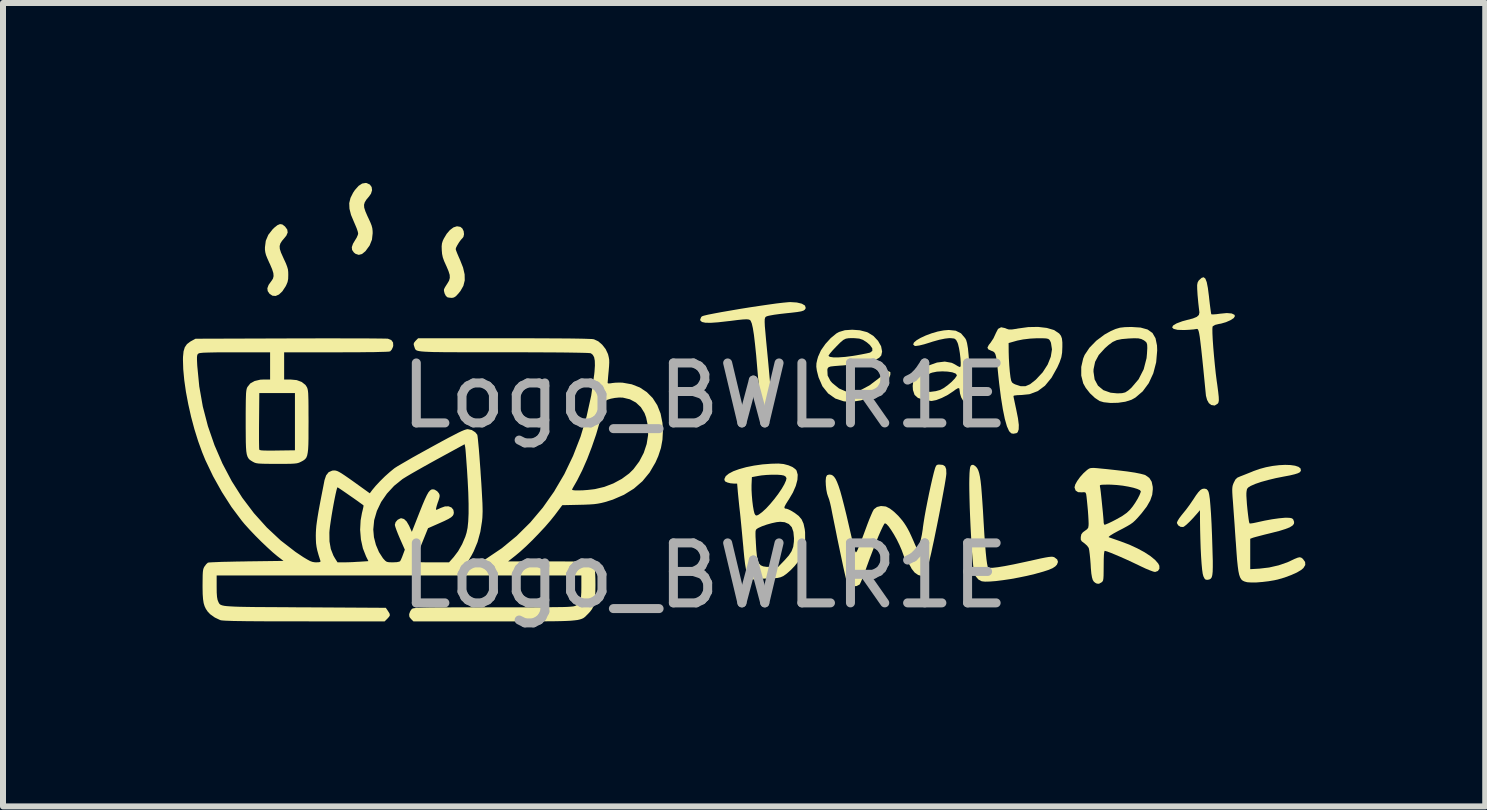
<source format=kicad_pcb>
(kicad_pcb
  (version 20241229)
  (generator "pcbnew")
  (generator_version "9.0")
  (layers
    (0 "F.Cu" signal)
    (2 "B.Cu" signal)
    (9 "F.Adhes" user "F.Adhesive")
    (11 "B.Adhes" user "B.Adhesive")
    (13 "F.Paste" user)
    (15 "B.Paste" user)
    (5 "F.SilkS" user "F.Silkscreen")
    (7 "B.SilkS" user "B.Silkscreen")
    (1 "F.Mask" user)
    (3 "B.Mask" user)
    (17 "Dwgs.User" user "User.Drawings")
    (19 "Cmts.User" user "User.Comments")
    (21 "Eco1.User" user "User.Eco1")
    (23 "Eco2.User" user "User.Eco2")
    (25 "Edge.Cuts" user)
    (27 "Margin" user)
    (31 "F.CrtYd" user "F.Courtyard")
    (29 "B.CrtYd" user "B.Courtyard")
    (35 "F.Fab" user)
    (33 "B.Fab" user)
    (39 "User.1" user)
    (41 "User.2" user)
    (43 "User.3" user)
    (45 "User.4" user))
  (footprint "Logo_BWLR1E"
    (layer "F.Cu")
    (at 8.7 4.046)
    (property "Reference" "Logo_BWLR1E" (at 0 -0.5 0) (unlocked yes) (layer "F.Fab") (effects (font (size 1 1) (thickness 0.15))))
    (attr smd)
    (fp_poly (pts (xy -5.637 -4.044) (xy -5.584 -4.019) (xy -5.554 -3.978) (xy -5.547 -3.925) (xy -5.565 -3.867) (xy -5.597 -3.821) (xy -5.641 -3.769) (xy -5.669 -3.724) (xy -5.681 -3.682) (xy -5.678 -3.634) (xy -5.659 -3.574) (xy -5.625 -3.495) (xy -5.611 -3.466) (xy -5.577 -3.392) (xy -5.555 -3.337) (xy -5.543 -3.291) (xy -5.538 -3.246) (xy -5.537 -3.208) (xy -5.549 -3.1) (xy -5.588 -3.003) (xy -5.656 -2.91) (xy -5.66 -2.906) (xy -5.715 -2.861) (xy -5.769 -2.847) (xy -5.822 -2.864) (xy -5.85 -2.886) (xy -5.88 -2.929) (xy -5.885 -2.976) (xy -5.865 -3.033) (xy -5.834 -3.085) (xy -5.804 -3.134) (xy -5.784 -3.18) (xy -5.779 -3.205) (xy -5.786 -3.237) (xy -5.803 -3.288) (xy -5.829 -3.35) (xy -5.848 -3.394) (xy -5.898 -3.513) (xy -5.924 -3.616) (xy -5.928 -3.709) (xy -5.907 -3.796) (xy -5.864 -3.882) (xy -5.834 -3.927) (xy -5.772 -3.997) (xy -5.713 -4.036) (xy -5.654 -4.046)) (stroke (width 0) (type solid)) (fill yes) (layer "F.SilkS"))
    (fp_poly (pts (xy -7.043 -3.354) (xy -7.002 -3.323) (xy -6.997 -3.318) (xy -6.961 -3.269) (xy -6.954 -3.22) (xy -6.976 -3.168) (xy -7.004 -3.133) (xy -7.048 -3.081) (xy -7.076 -3.037) (xy -7.088 -2.994) (xy -7.085 -2.946) (xy -7.066 -2.886) (xy -7.031 -2.808) (xy -7.018 -2.779) (xy -6.984 -2.706) (xy -6.963 -2.651) (xy -6.95 -2.606) (xy -6.945 -2.562) (xy -6.944 -2.512) (xy -6.946 -2.445) (xy -6.956 -2.394) (xy -6.977 -2.344) (xy -6.99 -2.319) (xy -7.043 -2.239) (xy -7.099 -2.186) (xy -7.154 -2.162) (xy -7.208 -2.166) (xy -7.257 -2.199) (xy -7.287 -2.243) (xy -7.293 -2.29) (xy -7.272 -2.346) (xy -7.225 -2.412) (xy -7.222 -2.415) (xy -7.199 -2.452) (xy -7.189 -2.493) (xy -7.193 -2.543) (xy -7.213 -2.607) (xy -7.249 -2.692) (xy -7.26 -2.714) (xy -7.293 -2.788) (xy -7.315 -2.843) (xy -7.327 -2.889) (xy -7.333 -2.933) (xy -7.333 -2.973) (xy -7.319 -3.082) (xy -7.277 -3.181) (xy -7.205 -3.273) (xy -7.18 -3.298) (xy -7.125 -3.342) (xy -7.082 -3.36)) (stroke (width 0) (type solid)) (fill yes) (layer "F.SilkS"))
    (fp_poly (pts (xy -4.075 -3.314) (xy -4.042 -3.287) (xy -4.02 -3.242) (xy -4.014 -3.191) (xy -4.024 -3.147) (xy -4.039 -3.127) (xy -4.065 -3.099) (xy -4.096 -3.057) (xy -4.125 -3.01) (xy -4.146 -2.969) (xy -4.153 -2.944) (xy -4.147 -2.922) (xy -4.13 -2.877) (xy -4.105 -2.818) (xy -4.081 -2.764) (xy -4.03 -2.635) (xy -4.004 -2.522) (xy -4.002 -2.422) (xy -4.025 -2.33) (xy -4.074 -2.244) (xy -4.109 -2.201) (xy -4.149 -2.158) (xy -4.182 -2.137) (xy -4.214 -2.13) (xy -4.221 -2.13) (xy -4.262 -2.134) (xy -4.29 -2.139) (xy -4.317 -2.163) (xy -4.338 -2.204) (xy -4.349 -2.248) (xy -4.348 -2.273) (xy -4.332 -2.306) (xy -4.305 -2.349) (xy -4.292 -2.369) (xy -4.264 -2.416) (xy -4.251 -2.462) (xy -4.253 -2.513) (xy -4.273 -2.577) (xy -4.308 -2.66) (xy -4.313 -2.67) (xy -4.347 -2.746) (xy -4.368 -2.806) (xy -4.38 -2.863) (xy -4.385 -2.923) (xy -4.387 -2.989) (xy -4.382 -3.037) (xy -4.368 -3.082) (xy -4.351 -3.118) (xy -4.303 -3.198) (xy -4.248 -3.262) (xy -4.19 -3.305) (xy -4.134 -3.323) (xy -4.128 -3.323)) (stroke (width 0) (type solid)) (fill yes) (layer "F.SilkS"))
    (fp_poly (pts (xy 8.363 1.057) (xy 8.387 1.082) (xy 8.399 1.107) (xy 8.409 1.15) (xy 8.42 1.225) (xy 8.429 1.331) (xy 8.439 1.467) (xy 8.448 1.632) (xy 8.456 1.826) (xy 8.463 2.046) (xy 8.465 2.121) (xy 8.469 2.254) (xy 8.469 2.357) (xy 8.467 2.435) (xy 8.461 2.491) (xy 8.451 2.528) (xy 8.435 2.551) (xy 8.413 2.564) (xy 8.385 2.57) (xy 8.385 2.57) (xy 8.353 2.569) (xy 8.332 2.551) (xy 8.312 2.511) (xy 8.301 2.47) (xy 8.291 2.399) (xy 8.282 2.302) (xy 8.274 2.184) (xy 8.267 2.048) (xy 8.262 1.899) (xy 8.258 1.74) (xy 8.256 1.611) (xy 8.255 1.41) (xy 8.212 1.46) (xy 8.145 1.536) (xy 8.083 1.601) (xy 8.029 1.652) (xy 7.989 1.683) (xy 7.974 1.69) (xy 7.931 1.687) (xy 7.893 1.663) (xy 7.872 1.627) (xy 7.871 1.617) (xy 7.882 1.589) (xy 7.909 1.545) (xy 7.949 1.492) (xy 7.966 1.471) (xy 8.023 1.401) (xy 8.083 1.32) (xy 8.133 1.246) (xy 8.136 1.243) (xy 8.188 1.163) (xy 8.229 1.108) (xy 8.262 1.074) (xy 8.291 1.056) (xy 8.322 1.05) (xy 8.327 1.05)) (stroke (width 0) (type solid)) (fill yes) (layer "F.SilkS"))
    (fp_poly (pts (xy 7.265 -1.635) (xy 7.381 -1.603) (xy 7.463 -1.545) (xy 7.514 -1.457) (xy 7.539 -1.336) (xy 7.542 -1.253) (xy 7.525 -1.056) (xy 7.477 -0.872) (xy 7.401 -0.708) (xy 7.3 -0.571) (xy 7.178 -0.467) (xy 7.113 -0.431) (xy 7.012 -0.399) (xy 6.89 -0.381) (xy 6.764 -0.378) (xy 6.651 -0.39) (xy 6.583 -0.41) (xy 6.505 -0.461) (xy 6.422 -0.539) (xy 6.351 -0.629) (xy 6.309 -0.704) (xy 6.276 -0.834) (xy 6.276 -0.899) (xy 6.48 -0.899) (xy 6.499 -0.77) (xy 6.555 -0.666) (xy 6.644 -0.592) (xy 6.765 -0.549) (xy 6.877 -0.538) (xy 6.955 -0.541) (xy 7.009 -0.554) (xy 7.059 -0.586) (xy 7.113 -0.633) (xy 7.232 -0.773) (xy 7.317 -0.94) (xy 7.365 -1.126) (xy 7.372 -1.203) (xy 7.377 -1.293) (xy 7.375 -1.349) (xy 7.365 -1.383) (xy 7.343 -1.406) (xy 7.319 -1.423) (xy 7.277 -1.444) (xy 7.228 -1.455) (xy 7.157 -1.457) (xy 7.067 -1.453) (xy 6.953 -1.443) (xy 6.869 -1.426) (xy 6.8 -1.395) (xy 6.731 -1.344) (xy 6.67 -1.29) (xy 6.568 -1.178) (xy 6.507 -1.064) (xy 6.481 -0.939) (xy 6.48 -0.899) (xy 6.276 -0.899) (xy 6.276 -0.979) (xy 6.308 -1.119) (xy 6.332 -1.178) (xy 6.413 -1.299) (xy 6.527 -1.416) (xy 6.663 -1.518) (xy 6.77 -1.578) (xy 6.85 -1.612) (xy 6.922 -1.633) (xy 7.002 -1.642) (xy 7.11 -1.645) (xy 7.111 -1.645)) (stroke (width 0) (type solid)) (fill yes) (layer "F.SilkS"))
    (fp_poly (pts (xy 4.504 0.67) (xy 4.509 0.674) (xy 4.53 0.695) (xy 4.547 0.72) (xy 4.562 0.753) (xy 4.575 0.796) (xy 4.587 0.851) (xy 4.598 0.923) (xy 4.608 1.014) (xy 4.617 1.126) (xy 4.627 1.264) (xy 4.638 1.428) (xy 4.649 1.623) (xy 4.65 1.636) (xy 4.661 1.82) (xy 4.673 1.981) (xy 4.684 2.116) (xy 4.695 2.223) (xy 4.706 2.302) (xy 4.716 2.35) (xy 4.721 2.361) (xy 4.745 2.37) (xy 4.801 2.37) (xy 4.887 2.36) (xy 5.003 2.341) (xy 5.148 2.313) (xy 5.321 2.276) (xy 5.376 2.264) (xy 5.503 2.236) (xy 5.601 2.214) (xy 5.676 2.199) (xy 5.73 2.19) (xy 5.769 2.186) (xy 5.796 2.186) (xy 5.815 2.19) (xy 5.83 2.196) (xy 5.875 2.231) (xy 5.888 2.272) (xy 5.871 2.317) (xy 5.843 2.347) (xy 5.799 2.376) (xy 5.734 2.404) (xy 5.645 2.433) (xy 5.527 2.466) (xy 5.502 2.473) (xy 5.372 2.504) (xy 5.236 2.532) (xy 5.102 2.557) (xy 4.972 2.576) (xy 4.854 2.591) (xy 4.752 2.599) (xy 4.671 2.601) (xy 4.618 2.595) (xy 4.617 2.595) (xy 4.561 2.565) (xy 4.516 2.512) (xy 4.492 2.457) (xy 4.483 2.408) (xy 4.474 2.331) (xy 4.465 2.23) (xy 4.455 2.108) (xy 4.446 1.972) (xy 4.438 1.824) (xy 4.43 1.671) (xy 4.423 1.515) (xy 4.417 1.363) (xy 4.413 1.218) (xy 4.41 1.085) (xy 4.409 0.969) (xy 4.41 0.885) (xy 4.413 0.795) (xy 4.418 0.733) (xy 4.424 0.694) (xy 4.433 0.671) (xy 4.444 0.659) (xy 4.472 0.652)) (stroke (width 0) (type solid)) (fill yes) (layer "F.SilkS"))
    (fp_poly (pts (xy 1.534 -2.053) (xy 1.618 -2.033) (xy 1.67 -2.002) (xy 1.682 -1.963) (xy 1.68 -1.954) (xy 1.668 -1.934) (xy 1.646 -1.918) (xy 1.606 -1.905) (xy 1.54 -1.894) (xy 1.44 -1.882) (xy 1.361 -1.874) (xy 1.255 -1.862) (xy 1.158 -1.849) (xy 1.086 -1.836) (xy 1.062 -1.831) (xy 1.037 -1.824) (xy 1.019 -1.816) (xy 1.006 -1.801) (xy 0.999 -1.774) (xy 0.998 -1.728) (xy 1.001 -1.657) (xy 1.01 -1.557) (xy 1.022 -1.421) (xy 1.035 -1.286) (xy 1.058 -1.047) (xy 1.076 -0.85) (xy 1.09 -0.691) (xy 1.1 -0.567) (xy 1.106 -0.474) (xy 1.109 -0.408) (xy 1.108 -0.365) (xy 1.105 -0.343) (xy 1.104 -0.343) (xy 1.074 -0.317) (xy 1.024 -0.309) (xy 0.98 -0.321) (xy 0.969 -0.332) (xy 0.951 -0.372) (xy 0.934 -0.433) (xy 0.919 -0.52) (xy 0.904 -0.637) (xy 0.889 -0.792) (xy 0.877 -0.929) (xy 0.857 -1.167) (xy 0.837 -1.361) (xy 0.819 -1.514) (xy 0.801 -1.627) (xy 0.783 -1.704) (xy 0.765 -1.746) (xy 0.765 -1.748) (xy 0.751 -1.762) (xy 0.729 -1.77) (xy 0.693 -1.773) (xy 0.634 -1.77) (xy 0.546 -1.761) (xy 0.421 -1.745) (xy 0.391 -1.742) (xy 0.224 -1.723) (xy 0.097 -1.714) (xy 0.008 -1.716) (xy -0.047 -1.728) (xy -0.074 -1.752) (xy -0.077 -1.768) (xy -0.061 -1.808) (xy -0.048 -1.822) (xy -0.017 -1.833) (xy 0.054 -1.85) (xy 0.156 -1.87) (xy 0.284 -1.894) (xy 0.43 -1.919) (xy 0.587 -1.946) (xy 0.749 -1.972) (xy 0.909 -1.996) (xy 1.06 -2.018) (xy 1.195 -2.037) (xy 1.308 -2.05) (xy 1.391 -2.058) (xy 1.423 -2.06)) (stroke (width 0) (type solid)) (fill yes) (layer "F.SilkS"))
    (fp_poly (pts (xy 8.345 -2.451) (xy 8.368 -2.392) (xy 8.387 -2.295) (xy 8.405 -2.155) (xy 8.409 -2.116) (xy 8.421 -2.014) (xy 8.432 -1.93) (xy 8.44 -1.874) (xy 8.445 -1.856) (xy 8.471 -1.854) (xy 8.529 -1.858) (xy 8.589 -1.866) (xy 8.702 -1.877) (xy 8.784 -1.87) (xy 8.83 -1.848) (xy 8.838 -1.826) (xy 8.818 -1.793) (xy 8.764 -1.758) (xy 8.689 -1.725) (xy 8.606 -1.701) (xy 8.571 -1.695) (xy 8.509 -1.68) (xy 8.47 -1.657) (xy 8.465 -1.65) (xy 8.462 -1.612) (xy 8.463 -1.536) (xy 8.468 -1.431) (xy 8.477 -1.304) (xy 8.489 -1.163) (xy 8.503 -1.017) (xy 8.518 -0.873) (xy 8.535 -0.739) (xy 8.543 -0.685) (xy 8.559 -0.563) (xy 8.568 -0.478) (xy 8.57 -0.423) (xy 8.564 -0.388) (xy 8.553 -0.368) (xy 8.501 -0.335) (xy 8.442 -0.344) (xy 8.403 -0.376) (xy 8.374 -0.428) (xy 8.355 -0.498) (xy 8.354 -0.508) (xy 8.329 -0.762) (xy 8.308 -0.975) (xy 8.29 -1.149) (xy 8.275 -1.289) (xy 8.262 -1.397) (xy 8.252 -1.479) (xy 8.242 -1.537) (xy 8.233 -1.576) (xy 8.224 -1.599) (xy 8.215 -1.61) (xy 8.205 -1.613) (xy 8.195 -1.611) (xy 8.148 -1.604) (xy 8.073 -1.598) (xy 7.992 -1.594) (xy 7.882 -1.597) (xy 7.816 -1.613) (xy 7.791 -1.638) (xy 7.807 -1.669) (xy 7.864 -1.704) (xy 7.96 -1.74) (xy 8.034 -1.76) (xy 8.138 -1.787) (xy 8.203 -1.814) (xy 8.237 -1.846) (xy 8.246 -1.887) (xy 8.242 -1.919) (xy 8.236 -1.969) (xy 8.227 -2.049) (xy 8.218 -2.146) (xy 8.215 -2.179) (xy 8.209 -2.279) (xy 8.208 -2.344) (xy 8.216 -2.386) (xy 8.232 -2.416) (xy 8.24 -2.425) (xy 8.283 -2.464) (xy 8.317 -2.474)) (stroke (width 0) (type solid)) (fill yes) (layer "F.SilkS"))
    (fp_poly (pts (xy 2.584 -1.59) (xy 2.697 -1.561) (xy 2.72 -1.552) (xy 2.812 -1.494) (xy 2.888 -1.414) (xy 2.939 -1.324) (xy 2.956 -1.236) (xy 2.955 -1.229) (xy 2.942 -1.17) (xy 2.907 -1.131) (xy 2.868 -1.11) (xy 2.775 -1.077) (xy 2.645 -1.047) (xy 2.486 -1.022) (xy 2.306 -1.004) (xy 2.258 -1.001) (xy 2.16 -0.993) (xy 2.098 -0.986) (xy 2.064 -0.974) (xy 2.049 -0.956) (xy 2.043 -0.933) (xy 2.048 -0.835) (xy 2.094 -0.747) (xy 2.125 -0.711) (xy 2.237 -0.62) (xy 2.352 -0.57) (xy 2.473 -0.561) (xy 2.603 -0.595) (xy 2.745 -0.671) (xy 2.901 -0.789) (xy 2.901 -0.79) (xy 2.97 -0.845) (xy 3.028 -0.886) (xy 3.064 -0.906) (xy 3.068 -0.907) (xy 3.094 -0.89) (xy 3.093 -0.846) (xy 3.065 -0.782) (xy 3.032 -0.731) (xy 2.908 -0.593) (xy 2.764 -0.489) (xy 2.607 -0.422) (xy 2.442 -0.396) (xy 2.318 -0.405) (xy 2.176 -0.452) (xy 2.056 -0.537) (xy 1.961 -0.656) (xy 1.897 -0.804) (xy 1.891 -0.826) (xy 1.868 -0.917) (xy 1.859 -0.982) (xy 1.861 -1.039) (xy 1.876 -1.105) (xy 1.89 -1.154) (xy 1.895 -1.163) (xy 2.063 -1.163) (xy 2.084 -1.147) (xy 2.143 -1.138) (xy 2.231 -1.138) (xy 2.341 -1.146) (xy 2.465 -1.162) (xy 2.52 -1.171) (xy 2.614 -1.188) (xy 2.695 -1.204) (xy 2.748 -1.216) (xy 2.756 -1.218) (xy 2.793 -1.246) (xy 2.792 -1.29) (xy 2.752 -1.345) (xy 2.702 -1.388) (xy 2.637 -1.43) (xy 2.576 -1.451) (xy 2.498 -1.458) (xy 2.468 -1.459) (xy 2.4 -1.458) (xy 2.352 -1.45) (xy 2.31 -1.429) (xy 2.261 -1.388) (xy 2.197 -1.324) (xy 2.135 -1.259) (xy 2.088 -1.204) (xy 2.064 -1.169) (xy 2.063 -1.163) (xy 1.895 -1.163) (xy 1.936 -1.255) (xy 2.011 -1.362) (xy 2.101 -1.461) (xy 2.195 -1.538) (xy 2.239 -1.562) (xy 2.336 -1.591) (xy 2.457 -1.599)) (stroke (width 0) (type solid)) (fill yes) (layer "F.SilkS"))
    (fp_poly (pts (xy 5.702 -1.629) (xy 5.821 -1.594) (xy 5.904 -1.539) (xy 5.91 -1.534) (xy 5.938 -1.497) (xy 5.954 -1.452) (xy 5.961 -1.387) (xy 5.961 -1.313) (xy 5.957 -1.218) (xy 5.944 -1.14) (xy 5.916 -1.058) (xy 5.878 -0.973) (xy 5.78 -0.798) (xy 5.671 -0.665) (xy 5.549 -0.575) (xy 5.412 -0.524) (xy 5.283 -0.511) (xy 5.21 -0.508) (xy 5.161 -0.502) (xy 5.146 -0.495) (xy 5.15 -0.466) (xy 5.163 -0.404) (xy 5.181 -0.319) (xy 5.191 -0.273) (xy 5.221 -0.123) (xy 5.235 -0.013) (xy 5.233 0.063) (xy 5.216 0.11) (xy 5.197 0.125) (xy 5.144 0.135) (xy 5.109 0.128) (xy 5.073 0.092) (xy 5.037 0.012) (xy 5.002 -0.111) (xy 4.969 -0.272) (xy 4.937 -0.472) (xy 4.907 -0.707) (xy 4.893 -0.838) (xy 4.879 -0.978) (xy 4.867 -1.08) (xy 4.856 -1.15) (xy 4.843 -1.195) (xy 4.827 -1.221) (xy 4.806 -1.237) (xy 4.777 -1.248) (xy 4.777 -1.248) (xy 4.726 -1.272) (xy 4.712 -1.301) (xy 4.734 -1.345) (xy 4.76 -1.377) (xy 5.065 -1.377) (xy 5.066 -1.228) (xy 5.069 -1.126) (xy 5.076 -1.006) (xy 5.085 -0.899) (xy 5.096 -0.808) (xy 5.107 -0.752) (xy 5.123 -0.719) (xy 5.151 -0.699) (xy 5.176 -0.687) (xy 5.267 -0.657) (xy 5.345 -0.657) (xy 5.422 -0.69) (xy 5.51 -0.759) (xy 5.522 -0.77) (xy 5.633 -0.889) (xy 5.716 -1.018) (xy 5.768 -1.148) (xy 5.788 -1.272) (xy 5.771 -1.381) (xy 5.763 -1.4) (xy 5.748 -1.428) (xy 5.726 -1.446) (xy 5.689 -1.454) (xy 5.624 -1.457) (xy 5.539 -1.457) (xy 5.424 -1.451) (xy 5.306 -1.437) (xy 5.21 -1.418) (xy 5.203 -1.416) (xy 5.065 -1.377) (xy 4.76 -1.377) (xy 4.766 -1.385) (xy 4.812 -1.455) (xy 4.849 -1.534) (xy 4.852 -1.542) (xy 4.889 -1.613) (xy 4.94 -1.64) (xy 5.007 -1.626) (xy 5.021 -1.619) (xy 5.063 -1.604) (xy 5.118 -1.603) (xy 5.201 -1.615) (xy 5.218 -1.619) (xy 5.393 -1.643) (xy 5.557 -1.646)) (stroke (width 0) (type solid)) (fill yes) (layer "F.SilkS"))
    (fp_poly (pts (xy 4.183 -1.583) (xy 4.271 -1.539) (xy 4.34 -1.458) (xy 4.357 -1.428) (xy 4.372 -1.376) (xy 4.387 -1.289) (xy 4.398 -1.176) (xy 4.408 -1.047) (xy 4.414 -0.91) (xy 4.417 -0.776) (xy 4.416 -0.654) (xy 4.412 -0.552) (xy 4.403 -0.48) (xy 4.394 -0.452) (xy 4.359 -0.413) (xy 4.33 -0.4) (xy 4.303 -0.421) (xy 4.275 -0.47) (xy 4.255 -0.534) (xy 4.248 -0.588) (xy 4.243 -0.621) (xy 4.223 -0.626) (xy 4.18 -0.601) (xy 4.147 -0.576) (xy 4.052 -0.513) (xy 3.952 -0.462) (xy 3.858 -0.426) (xy 3.782 -0.411) (xy 3.754 -0.414) (xy 3.717 -0.421) (xy 3.657 -0.432) (xy 3.643 -0.434) (xy 3.553 -0.462) (xy 3.497 -0.513) (xy 3.47 -0.594) (xy 3.466 -0.663) (xy 3.469 -0.686) (xy 3.609 -0.686) (xy 3.612 -0.621) (xy 3.632 -0.589) (xy 3.681 -0.568) (xy 3.759 -0.563) (xy 3.851 -0.575) (xy 3.924 -0.595) (xy 3.981 -0.625) (xy 4.048 -0.673) (xy 4.114 -0.729) (xy 4.168 -0.785) (xy 4.199 -0.829) (xy 4.202 -0.843) (xy 4.181 -0.869) (xy 4.126 -0.889) (xy 4.048 -0.901) (xy 3.959 -0.905) (xy 3.869 -0.9) (xy 3.79 -0.884) (xy 3.756 -0.872) (xy 3.686 -0.822) (xy 3.635 -0.756) (xy 3.609 -0.686) (xy 3.469 -0.686) (xy 3.479 -0.768) (xy 3.522 -0.854) (xy 3.6 -0.928) (xy 3.718 -0.996) (xy 3.73 -1.002) (xy 3.871 -1.052) (xy 4.001 -1.068) (xy 4.114 -1.048) (xy 4.168 -1.022) (xy 4.219 -0.991) (xy 4.254 -0.976) (xy 4.257 -0.976) (xy 4.266 -0.996) (xy 4.267 -1.05) (xy 4.262 -1.125) (xy 4.252 -1.21) (xy 4.238 -1.292) (xy 4.222 -1.359) (xy 4.213 -1.384) (xy 4.189 -1.43) (xy 4.159 -1.452) (xy 4.106 -1.458) (xy 4.075 -1.459) (xy 4.004 -1.451) (xy 3.907 -1.431) (xy 3.8 -1.401) (xy 3.754 -1.386) (xy 3.657 -1.356) (xy 3.575 -1.336) (xy 3.517 -1.328) (xy 3.5 -1.329) (xy 3.474 -1.352) (xy 3.486 -1.385) (xy 3.53 -1.423) (xy 3.598 -1.463) (xy 3.684 -1.503) (xy 3.781 -1.539) (xy 3.883 -1.569) (xy 3.984 -1.588) (xy 4.067 -1.595)) (stroke (width 0) (type solid)) (fill yes) (layer "F.SilkS"))
    (fp_poly (pts (xy 9.765 0.657) (xy 9.841 0.668) (xy 9.898 0.687) (xy 9.932 0.714) (xy 9.938 0.749) (xy 9.935 0.757) (xy 9.92 0.777) (xy 9.887 0.794) (xy 9.833 0.811) (xy 9.753 0.83) (xy 9.652 0.849) (xy 9.52 0.875) (xy 9.392 0.906) (xy 9.276 0.938) (xy 9.179 0.971) (xy 9.108 1.002) (xy 9.101 1.005) (xy 9.061 1.03) (xy 9.04 1.055) (xy 9.032 1.094) (xy 9.029 1.126) (xy 9.029 1.17) (xy 9.033 1.234) (xy 9.038 1.31) (xy 9.046 1.392) (xy 9.055 1.472) (xy 9.064 1.543) (xy 9.072 1.597) (xy 9.08 1.627) (xy 9.082 1.63) (xy 9.101 1.631) (xy 9.144 1.625) (xy 9.201 1.613) (xy 9.205 1.612) (xy 9.332 1.584) (xy 9.457 1.561) (xy 9.571 1.545) (xy 9.666 1.536) (xy 9.699 1.535) (xy 9.756 1.538) (xy 9.79 1.546) (xy 9.809 1.563) (xy 9.812 1.569) (xy 9.825 1.606) (xy 9.821 1.638) (xy 9.797 1.667) (xy 9.75 1.696) (xy 9.678 1.724) (xy 9.579 1.755) (xy 9.449 1.788) (xy 9.421 1.795) (xy 9.331 1.817) (xy 9.251 1.838) (xy 9.186 1.855) (xy 9.144 1.867) (xy 9.135 1.87) (xy 9.093 1.886) (xy 9.093 2.393) (xy 9.247 2.384) (xy 9.408 2.365) (xy 9.566 2.329) (xy 9.711 2.279) (xy 9.763 2.255) (xy 9.835 2.221) (xy 9.885 2.201) (xy 9.918 2.194) (xy 9.944 2.201) (xy 9.967 2.218) (xy 9.972 2.223) (xy 10.008 2.273) (xy 10.011 2.323) (xy 9.98 2.374) (xy 9.944 2.405) (xy 9.872 2.448) (xy 9.776 2.491) (xy 9.666 2.532) (xy 9.553 2.565) (xy 9.494 2.578) (xy 9.399 2.594) (xy 9.298 2.606) (xy 9.2 2.614) (xy 9.113 2.615) (xy 9.047 2.611) (xy 9.028 2.607) (xy 8.994 2.597) (xy 8.966 2.583) (xy 8.943 2.562) (xy 8.925 2.531) (xy 8.909 2.486) (xy 8.896 2.425) (xy 8.885 2.343) (xy 8.874 2.239) (xy 8.864 2.108) (xy 8.853 1.948) (xy 8.85 1.912) (xy 8.841 1.783) (xy 8.832 1.645) (xy 8.822 1.509) (xy 8.813 1.386) (xy 8.806 1.285) (xy 8.806 1.284) (xy 8.798 1.185) (xy 8.794 1.113) (xy 8.793 1.061) (xy 8.796 1.023) (xy 8.802 0.993) (xy 8.813 0.964) (xy 8.82 0.948) (xy 8.847 0.897) (xy 8.879 0.867) (xy 8.927 0.846) (xy 8.976 0.827) (xy 9.044 0.8) (xy 9.119 0.77) (xy 9.147 0.758) (xy 9.249 0.722) (xy 9.356 0.693) (xy 9.466 0.672) (xy 9.574 0.659) (xy 9.675 0.654)) (stroke (width 0) (type solid)) (fill yes) (layer "F.SilkS"))
    (fp_poly (pts (xy 1.314 0.64) (xy 1.397 0.662) (xy 1.467 0.693) (xy 1.517 0.732) (xy 1.53 0.75) (xy 1.549 0.818) (xy 1.544 0.904) (xy 1.517 1.005) (xy 1.469 1.115) (xy 1.401 1.231) (xy 1.395 1.239) (xy 1.354 1.304) (xy 1.331 1.347) (xy 1.327 1.372) (xy 1.34 1.383) (xy 1.361 1.385) (xy 1.389 1.394) (xy 1.435 1.416) (xy 1.489 1.449) (xy 1.495 1.452) (xy 1.565 1.505) (xy 1.614 1.563) (xy 1.646 1.634) (xy 1.666 1.726) (xy 1.672 1.778) (xy 1.673 1.899) (xy 1.655 2.026) (xy 1.622 2.145) (xy 1.596 2.206) (xy 1.555 2.269) (xy 1.498 2.34) (xy 1.432 2.409) (xy 1.365 2.468) (xy 1.307 2.509) (xy 1.304 2.51) (xy 1.262 2.528) (xy 1.213 2.539) (xy 1.148 2.545) (xy 1.069 2.548) (xy 0.992 2.55) (xy 0.922 2.554) (xy 0.869 2.558) (xy 0.852 2.561) (xy 0.804 2.564) (xy 0.766 2.557) (xy 0.742 2.54) (xy 0.721 2.511) (xy 0.702 2.465) (xy 0.687 2.399) (xy 0.672 2.311) (xy 0.658 2.196) (xy 0.644 2.051) (xy 0.643 2.032) (xy 0.631 1.907) (xy 0.621 1.798) (xy 0.845 1.798) (xy 0.846 1.856) (xy 0.851 1.94) (xy 0.851 1.951) (xy 0.859 2.078) (xy 0.869 2.175) (xy 0.883 2.246) (xy 0.903 2.296) (xy 0.932 2.328) (xy 0.973 2.346) (xy 1.027 2.354) (xy 1.094 2.355) (xy 1.223 2.355) (xy 1.332 2.242) (xy 1.401 2.164) (xy 1.447 2.093) (xy 1.474 2.02) (xy 1.485 1.936) (xy 1.487 1.878) (xy 1.477 1.772) (xy 1.45 1.693) (xy 1.401 1.64) (xy 1.332 1.61) (xy 1.256 1.603) (xy 1.196 1.609) (xy 1.117 1.626) (xy 1.032 1.65) (xy 0.953 1.678) (xy 0.892 1.706) (xy 0.879 1.714) (xy 0.863 1.725) (xy 0.852 1.739) (xy 0.846 1.762) (xy 0.845 1.798) (xy 0.621 1.798) (xy 0.619 1.777) (xy 0.607 1.651) (xy 0.596 1.54) (xy 0.587 1.451) (xy 0.586 1.443) (xy 0.575 1.347) (xy 0.565 1.248) (xy 0.556 1.159) (xy 0.55 1.096) (xy 0.548 1.069) (xy 0.779 1.069) (xy 0.784 1.16) (xy 0.792 1.254) (xy 0.803 1.343) (xy 0.816 1.417) (xy 0.828 1.464) (xy 0.844 1.492) (xy 0.866 1.499) (xy 0.9 1.483) (xy 0.951 1.445) (xy 0.956 1.441) (xy 1.022 1.381) (xy 1.091 1.306) (xy 1.16 1.223) (xy 1.225 1.137) (xy 1.282 1.053) (xy 1.326 0.977) (xy 1.354 0.914) (xy 1.362 0.876) (xy 1.348 0.85) (xy 1.319 0.832) (xy 1.273 0.823) (xy 1.203 0.818) (xy 1.119 0.818) (xy 1.029 0.822) (xy 0.943 0.83) (xy 0.894 0.838) (xy 0.785 0.858) (xy 0.779 0.992) (xy 0.779 1.069) (xy 0.548 1.069) (xy 0.539 0.966) (xy 0.485 0.966) (xy 0.428 0.961) (xy 0.377 0.948) (xy 0.339 0.93) (xy 0.327 0.905) (xy 0.328 0.886) (xy 0.349 0.842) (xy 0.4 0.8) (xy 0.476 0.76) (xy 0.575 0.724) (xy 0.691 0.692) (xy 0.821 0.666) (xy 0.962 0.646) (xy 1.109 0.635) (xy 1.228 0.632)) (stroke (width 0) (type solid)) (fill yes) (layer "F.SilkS"))
    (fp_poly (pts (xy 3.97 0.655) (xy 4.006 0.679) (xy 4.024 0.725) (xy 4.027 0.797) (xy 4.027 0.8) (xy 4.023 0.839) (xy 4.013 0.906) (xy 3.998 0.996) (xy 3.978 1.106) (xy 3.955 1.23) (xy 3.93 1.364) (xy 3.903 1.503) (xy 3.875 1.643) (xy 3.847 1.78) (xy 3.821 1.908) (xy 3.796 2.023) (xy 3.775 2.121) (xy 3.757 2.197) (xy 3.754 2.207) (xy 3.738 2.276) (xy 3.727 2.339) (xy 3.722 2.384) (xy 3.721 2.387) (xy 3.708 2.441) (xy 3.674 2.484) (xy 3.628 2.505) (xy 3.617 2.506) (xy 3.557 2.49) (xy 3.498 2.449) (xy 3.449 2.387) (xy 3.438 2.365) (xy 3.411 2.317) (xy 3.384 2.282) (xy 3.372 2.273) (xy 3.352 2.249) (xy 3.329 2.204) (xy 3.313 2.16) (xy 3.283 2.077) (xy 3.245 1.989) (xy 3.201 1.899) (xy 3.154 1.815) (xy 3.107 1.74) (xy 3.065 1.68) (xy 3.029 1.641) (xy 3.003 1.627) (xy 2.989 1.643) (xy 2.966 1.686) (xy 2.934 1.754) (xy 2.895 1.843) (xy 2.851 1.951) (xy 2.804 2.072) (xy 2.753 2.205) (xy 2.702 2.345) (xy 2.687 2.388) (xy 2.656 2.473) (xy 2.627 2.548) (xy 2.602 2.606) (xy 2.585 2.642) (xy 2.58 2.649) (xy 2.532 2.674) (xy 2.471 2.679) (xy 2.429 2.67) (xy 2.398 2.652) (xy 2.376 2.62) (xy 2.357 2.565) (xy 2.348 2.528) (xy 2.333 2.463) (xy 2.313 2.374) (xy 2.29 2.266) (xy 2.264 2.143) (xy 2.236 2.009) (xy 2.207 1.87) (xy 2.179 1.729) (xy 2.151 1.592) (xy 2.125 1.463) (xy 2.105 1.36) (xy 2.089 1.29) (xy 2.072 1.228) (xy 2.056 1.185) (xy 2.054 1.18) (xy 2.039 1.134) (xy 2.026 1.068) (xy 2.018 0.993) (xy 2.015 0.922) (xy 2.02 0.867) (xy 2.021 0.86) (xy 2.037 0.827) (xy 2.07 0.816) (xy 2.081 0.816) (xy 2.107 0.819) (xy 2.132 0.831) (xy 2.156 0.853) (xy 2.18 0.888) (xy 2.204 0.938) (xy 2.23 1.005) (xy 2.258 1.091) (xy 2.288 1.199) (xy 2.322 1.331) (xy 2.361 1.489) (xy 2.404 1.675) (xy 2.454 1.891) (xy 2.458 1.907) (xy 2.476 1.984) (xy 2.493 2.049) (xy 2.508 2.094) (xy 2.517 2.113) (xy 2.517 2.113) (xy 2.524 2.11) (xy 2.535 2.095) (xy 2.55 2.064) (xy 2.571 2.013) (xy 2.6 1.941) (xy 2.637 1.844) (xy 2.683 1.72) (xy 2.709 1.649) (xy 2.741 1.566) (xy 2.772 1.492) (xy 2.798 1.433) (xy 2.818 1.397) (xy 2.82 1.394) (xy 2.87 1.356) (xy 2.937 1.34) (xy 3.011 1.347) (xy 3.025 1.351) (xy 3.085 1.382) (xy 3.154 1.435) (xy 3.226 1.504) (xy 3.293 1.582) (xy 3.323 1.623) (xy 3.355 1.672) (xy 3.383 1.72) (xy 3.412 1.775) (xy 3.444 1.844) (xy 3.484 1.934) (xy 3.503 1.979) (xy 3.525 2.026) (xy 3.541 2.044) (xy 3.553 2.039) (xy 3.555 2.037) (xy 3.576 1.988) (xy 3.598 1.914) (xy 3.618 1.823) (xy 3.634 1.722) (xy 3.636 1.699) (xy 3.648 1.617) (xy 3.665 1.511) (xy 3.687 1.39) (xy 3.713 1.258) (xy 3.74 1.125) (xy 3.768 0.996) (xy 3.795 0.878) (xy 3.819 0.78) (xy 3.84 0.706) (xy 3.841 0.703) (xy 3.858 0.665) (xy 3.884 0.65) (xy 3.912 0.649)) (stroke (width 0) (type solid)) (fill yes) (layer "F.SilkS"))
    (fp_poly (pts (xy 6.541 0.709) (xy 6.62 0.717) (xy 6.695 0.724) (xy 6.885 0.745) (xy 7.043 0.764) (xy 7.169 0.783) (xy 7.264 0.802) (xy 7.329 0.819) (xy 7.348 0.827) (xy 7.411 0.872) (xy 7.45 0.935) (xy 7.468 1.021) (xy 7.469 1.06) (xy 7.459 1.153) (xy 7.426 1.248) (xy 7.368 1.349) (xy 7.283 1.46) (xy 7.265 1.481) (xy 7.217 1.536) (xy 7.177 1.578) (xy 7.139 1.613) (xy 7.096 1.644) (xy 7.042 1.676) (xy 6.969 1.716) (xy 6.893 1.755) (xy 6.818 1.796) (xy 6.764 1.829) (xy 6.736 1.851) (xy 6.734 1.86) (xy 6.759 1.869) (xy 6.808 1.886) (xy 6.874 1.909) (xy 6.934 1.93) (xy 7.077 1.984) (xy 7.209 2.045) (xy 7.328 2.109) (xy 7.428 2.174) (xy 7.506 2.238) (xy 7.559 2.298) (xy 7.578 2.336) (xy 7.579 2.385) (xy 7.554 2.423) (xy 7.509 2.439) (xy 7.504 2.439) (xy 7.473 2.432) (xy 7.419 2.412) (xy 7.347 2.382) (xy 7.266 2.344) (xy 7.225 2.324) (xy 7.13 2.279) (xy 7.031 2.233) (xy 6.934 2.19) (xy 6.845 2.152) (xy 6.767 2.12) (xy 6.708 2.098) (xy 6.671 2.088) (xy 6.666 2.088) (xy 6.66 2.104) (xy 6.654 2.151) (xy 6.651 2.226) (xy 6.65 2.327) (xy 6.65 2.338) (xy 6.649 2.434) (xy 6.648 2.503) (xy 6.645 2.549) (xy 6.64 2.579) (xy 6.631 2.597) (xy 6.619 2.609) (xy 6.612 2.614) (xy 6.572 2.636) (xy 6.537 2.634) (xy 6.512 2.622) (xy 6.487 2.602) (xy 6.468 2.573) (xy 6.455 2.529) (xy 6.444 2.465) (xy 6.436 2.376) (xy 6.432 2.307) (xy 6.425 2.219) (xy 6.417 2.141) (xy 6.409 2.079) (xy 6.401 2.041) (xy 6.399 2.037) (xy 6.373 2.001) (xy 6.332 1.964) (xy 6.322 1.957) (xy 6.284 1.928) (xy 6.268 1.9) (xy 6.268 1.858) (xy 6.268 1.857) (xy 6.277 1.812) (xy 6.303 1.778) (xy 6.336 1.754) (xy 6.373 1.727) (xy 6.392 1.702) (xy 6.398 1.663) (xy 6.399 1.629) (xy 6.397 1.576) (xy 6.393 1.503) (xy 6.387 1.419) (xy 6.379 1.332) (xy 6.371 1.251) (xy 6.364 1.185) (xy 6.358 1.143) (xy 6.357 1.14) (xy 6.347 1.116) (xy 6.324 1.109) (xy 6.285 1.112) (xy 6.223 1.109) (xy 6.182 1.082) (xy 6.165 1.034) (xy 6.164 1.026) (xy 6.171 1.001) (xy 6.586 1.001) (xy 6.588 1.019) (xy 6.589 1.023) (xy 6.594 1.051) (xy 6.601 1.106) (xy 6.609 1.18) (xy 6.618 1.265) (xy 6.627 1.355) (xy 6.636 1.443) (xy 6.643 1.521) (xy 6.648 1.582) (xy 6.65 1.619) (xy 6.65 1.622) (xy 6.658 1.647) (xy 6.668 1.653) (xy 6.689 1.645) (xy 6.734 1.626) (xy 6.794 1.597) (xy 6.852 1.567) (xy 6.956 1.509) (xy 7.034 1.454) (xy 7.089 1.402) (xy 7.133 1.348) (xy 7.177 1.284) (xy 7.217 1.218) (xy 7.248 1.157) (xy 7.266 1.11) (xy 7.269 1.094) (xy 7.253 1.075) (xy 7.209 1.055) (xy 7.144 1.035) (xy 7.062 1.017) (xy 6.969 1.001) (xy 6.871 0.99) (xy 6.774 0.984) (xy 6.73 0.983) (xy 6.659 0.984) (xy 6.615 0.986) (xy 6.592 0.991) (xy 6.586 1.001) (xy 6.171 1.001) (xy 6.176 0.981) (xy 6.209 0.922) (xy 6.256 0.857) (xy 6.312 0.794) (xy 6.371 0.741) (xy 6.386 0.73) (xy 6.404 0.718) (xy 6.423 0.71) (xy 6.448 0.706) (xy 6.486 0.705)) (stroke (width 0) (type solid)) (fill yes) (layer "F.SilkS"))
    (fp_poly (pts (xy -3.344 -1.457) (xy -3.067 -1.457) (xy -2.82 -1.456) (xy -2.603 -1.455) (xy -2.415 -1.454) (xy -2.255 -1.453) (xy -2.123 -1.451) (xy -2.017 -1.449) (xy -1.937 -1.446) (xy -1.882 -1.444) (xy -1.851 -1.44) (xy -1.847 -1.439) (xy -1.776 -1.406) (xy -1.71 -1.349) (xy -1.653 -1.276) (xy -1.615 -1.195) (xy -1.612 -1.185) (xy -1.601 -1.14) (xy -1.594 -1.099) (xy -1.593 -1.051) (xy -1.596 -0.99) (xy -1.603 -0.909) (xy -1.61 -0.836) (xy -1.615 -0.774) (xy -1.619 -0.729) (xy -1.62 -0.71) (xy -1.606 -0.703) (xy -1.565 -0.706) (xy -1.546 -0.71) (xy -1.489 -0.716) (xy -1.419 -0.718) (xy -1.369 -0.716) (xy -1.218 -0.689) (xy -1.083 -0.636) (xy -0.967 -0.559) (xy -0.869 -0.46) (xy -0.792 -0.34) (xy -0.737 -0.201) (xy -0.706 -0.045) (xy -0.698 0.087) (xy -0.706 0.235) (xy -0.731 0.372) (xy -0.776 0.509) (xy -0.823 0.615) (xy -0.92 0.781) (xy -1.039 0.926) (xy -1.182 1.05) (xy -1.348 1.153) (xy -1.535 1.234) (xy -1.667 1.275) (xy -1.728 1.29) (xy -1.786 1.301) (xy -1.847 1.309) (xy -1.92 1.314) (xy -2.011 1.318) (xy -2.096 1.32) (xy -2.376 1.326) (xy -2.502 1.494) (xy -2.575 1.585) (xy -2.665 1.689) (xy -2.767 1.798) (xy -2.873 1.908) (xy -2.979 2.011) (xy -3.078 2.101) (xy -3.157 2.167) (xy -3.279 2.263) (xy -2.621 2.263) (xy -2.452 2.263) (xy -2.311 2.264) (xy -2.195 2.265) (xy -2.103 2.267) (xy -2.03 2.271) (xy -1.975 2.276) (xy -1.934 2.283) (xy -1.904 2.293) (xy -1.883 2.305) (xy -1.868 2.321) (xy -1.856 2.34) (xy -1.847 2.356) (xy -1.838 2.382) (xy -1.831 2.421) (xy -1.827 2.477) (xy -1.824 2.554) (xy -1.823 2.658) (xy -1.825 2.779) (xy -1.83 2.873) (xy -1.839 2.947) (xy -1.855 3.006) (xy -1.879 3.056) (xy -1.912 3.101) (xy -1.949 3.141) (xy -1.97 3.161) (xy -1.988 3.18) (xy -2.007 3.196) (xy -2.027 3.21) (xy -2.052 3.221) (xy -2.082 3.231) (xy -2.121 3.24) (xy -2.17 3.246) (xy -2.231 3.252) (xy -2.307 3.256) (xy -2.398 3.259) (xy -2.508 3.261) (xy -2.637 3.262) (xy -2.789 3.263) (xy -2.966 3.264) (xy -3.168 3.264) (xy -3.399 3.264) (xy -3.523 3.264) (xy -4.857 3.264) (xy -4.897 3.224) (xy -4.924 3.19) (xy -4.929 3.154) (xy -4.926 3.134) (xy -4.909 3.09) (xy -4.884 3.056) (xy -4.877 3.052) (xy -4.866 3.047) (xy -4.85 3.044) (xy -4.826 3.041) (xy -4.793 3.038) (xy -4.748 3.036) (xy -4.689 3.034) (xy -4.615 3.032) (xy -4.523 3.031) (xy -4.412 3.03) (xy -4.279 3.03) (xy -4.123 3.029) (xy -3.941 3.029) (xy -3.731 3.029) (xy -3.532 3.029) (xy -3.296 3.029) (xy -3.09 3.029) (xy -2.91 3.029) (xy -2.756 3.028) (xy -2.626 3.027) (xy -2.516 3.026) (xy -2.425 3.025) (xy -2.352 3.024) (xy -2.294 3.022) (xy -2.249 3.019) (xy -2.215 3.016) (xy -2.19 3.013) (xy -2.172 3.009) (xy -2.16 3.005) (xy -2.157 3.004) (xy -2.12 2.982) (xy -2.093 2.954) (xy -2.075 2.914) (xy -2.064 2.858) (xy -2.059 2.781) (xy -2.058 2.694) (xy -2.058 2.498) (xy -8.138 2.498) (xy -8.138 2.687) (xy -8.137 2.784) (xy -8.132 2.855) (xy -8.123 2.904) (xy -8.115 2.925) (xy -8.108 2.942) (xy -8.101 2.956) (xy -8.093 2.969) (xy -8.082 2.98) (xy -8.066 2.989) (xy -8.043 2.997) (xy -8.011 3.004) (xy -7.968 3.009) (xy -7.911 3.013) (xy -7.84 3.017) (xy -7.753 3.02) (xy -7.646 3.022) (xy -7.518 3.024) (xy -7.368 3.025) (xy -7.193 3.026) (xy -6.992 3.027) (xy -6.762 3.029) (xy -6.67 3.029) (xy -5.318 3.037) (xy -5.282 3.09) (xy -5.256 3.132) (xy -5.25 3.161) (xy -5.264 3.187) (xy -5.292 3.218) (xy -5.338 3.264) (xy -6.68 3.263) (xy -6.927 3.263) (xy -7.144 3.262) (xy -7.334 3.262) (xy -7.498 3.261) (xy -7.638 3.26) (xy -7.754 3.258) (xy -7.85 3.257) (xy -7.927 3.254) (xy -7.986 3.252) (xy -8.03 3.249) (xy -8.06 3.246) (xy -8.077 3.242) (xy -8.078 3.242) (xy -8.169 3.199) (xy -8.246 3.144) (xy -8.287 3.101) (xy -8.317 3.057) (xy -8.339 3.011) (xy -8.355 2.958) (xy -8.365 2.892) (xy -8.371 2.808) (xy -8.373 2.7) (xy -8.373 2.658) (xy -8.372 2.56) (xy -8.371 2.489) (xy -8.368 2.438) (xy -8.363 2.402) (xy -8.355 2.375) (xy -8.344 2.353) (xy -8.341 2.349) (xy -8.313 2.311) (xy -8.286 2.286) (xy -8.283 2.284) (xy -8.261 2.281) (xy -8.212 2.278) (xy -8.139 2.275) (xy -8.046 2.271) (xy -7.935 2.269) (xy -7.81 2.266) (xy -7.676 2.264) (xy -7.64 2.263) (xy -7.024 2.255) (xy -7.124 2.178) (xy -7.202 2.113) (xy -7.294 2.029) (xy -7.394 1.934) (xy -7.494 1.834) (xy -7.589 1.734) (xy -7.673 1.641) (xy -7.721 1.583) (xy -7.891 1.356) (xy -8.051 1.106) (xy -8.198 0.843) (xy -8.326 0.575) (xy -8.38 0.443) (xy -8.447 0.258) (xy -8.509 0.059) (xy -8.564 -0.147) (xy -8.611 -0.356) (xy -8.65 -0.562) (xy -8.678 -0.758) (xy -8.695 -0.939) (xy -8.7 -1.1) (xy -8.699 -1.146) (xy -8.69 -1.238) (xy -8.669 -1.307) (xy -8.633 -1.359) (xy -8.578 -1.401) (xy -8.555 -1.414) (xy -8.49 -1.449) (xy -6.911 -1.454) (xy -6.691 -1.454) (xy -6.478 -1.455) (xy -6.276 -1.455) (xy -6.087 -1.455) (xy -5.912 -1.454) (xy -5.754 -1.454) (xy -5.615 -1.454) (xy -5.497 -1.453) (xy -5.403 -1.452) (xy -5.334 -1.451) (xy -5.292 -1.45) (xy -5.282 -1.449) (xy -5.227 -1.427) (xy -5.197 -1.386) (xy -5.194 -1.331) (xy -5.2 -1.309) (xy -5.219 -1.268) (xy -5.244 -1.24) (xy -5.247 -1.238) (xy -5.269 -1.234) (xy -5.322 -1.231) (xy -5.402 -1.229) (xy -5.51 -1.226) (xy -5.644 -1.225) (xy -5.803 -1.223) (xy -5.984 -1.223) (xy -6.144 -1.222) (xy -7.013 -1.222) (xy -7.013 -0.769) (xy -6.907 -0.769) (xy -6.803 -0.759) (xy -6.72 -0.728) (xy -6.658 -0.679) (xy -6.635 -0.644) (xy -6.627 -0.627) (xy -6.621 -0.606) (xy -6.616 -0.579) (xy -6.612 -0.54) (xy -6.61 -0.488) (xy -6.608 -0.418) (xy -6.607 -0.328) (xy -6.607 -0.213) (xy -6.606 -0.071) (xy -6.606 -0.066) (xy -6.607 0.087) (xy -6.607 0.213) (xy -6.609 0.313) (xy -6.613 0.392) (xy -6.62 0.452) (xy -6.629 0.497) (xy -6.642 0.531) (xy -6.66 0.555) (xy -6.682 0.574) (xy -6.71 0.591) (xy -6.732 0.602) (xy -6.756 0.614) (xy -6.781 0.623) (xy -6.81 0.629) (xy -6.849 0.633) (xy -6.903 0.636) (xy -6.976 0.637) (xy -7.072 0.637) (xy -7.137 0.637) (xy -7.249 0.637) (xy -7.334 0.636) (xy -7.397 0.634) (xy -7.443 0.631) (xy -7.476 0.626) (xy -7.501 0.619) (xy -7.522 0.609) (xy -7.535 0.602) (xy -7.565 0.584) (xy -7.59 0.566) (xy -7.609 0.544) (xy -7.624 0.516) (xy -7.636 0.478) (xy -7.644 0.427) (xy -7.649 0.36) (xy -7.652 0.273) (xy -7.653 0.163) (xy -7.653 0.144) (xy -7.432 0.144) (xy -7.432 0.238) (xy -7.431 0.314) (xy -7.43 0.369) (xy -7.428 0.397) (xy -7.428 0.399) (xy -7.418 0.407) (xy -7.393 0.412) (xy -7.348 0.415) (xy -7.282 0.416) (xy -7.189 0.416) (xy -7.127 0.415) (xy -6.833 0.411) (xy -6.833 -0.543) (xy -7.427 -0.543) (xy -7.431 -0.082) (xy -7.432 0.036) (xy -7.432 0.144) (xy -7.653 0.144) (xy -7.654 0.026) (xy -7.654 -0.066) (xy -7.654 -0.209) (xy -7.653 -0.325) (xy -7.652 -0.416) (xy -7.65 -0.486) (xy -7.648 -0.539) (xy -7.644 -0.578) (xy -7.639 -0.606) (xy -7.633 -0.627) (xy -7.625 -0.644) (xy -7.625 -0.644) (xy -7.577 -0.704) (xy -7.505 -0.744) (xy -7.412 -0.766) (xy -7.353 -0.769) (xy -7.247 -0.769) (xy -7.247 -1.222) (xy -7.831 -1.222) (xy -7.988 -1.222) (xy -8.116 -1.222) (xy -8.219 -1.22) (xy -8.299 -1.218) (xy -8.358 -1.216) (xy -8.4 -1.212) (xy -8.427 -1.208) (xy -8.442 -1.202) (xy -8.443 -1.201) (xy -8.455 -1.19) (xy -8.462 -1.173) (xy -8.466 -1.144) (xy -8.466 -1.099) (xy -8.463 -1.03) (xy -8.461 -0.994) (xy -8.428 -0.654) (xy -8.369 -0.319) (xy -8.284 0.008) (xy -8.174 0.326) (xy -8.041 0.633) (xy -7.887 0.925) (xy -7.711 1.202) (xy -7.516 1.46) (xy -7.302 1.698) (xy -7.071 1.914) (xy -6.824 2.105) (xy -6.694 2.192) (xy -6.627 2.232) (xy -6.579 2.258) (xy -6.54 2.272) (xy -6.503 2.278) (xy -6.477 2.279) (xy -6.431 2.277) (xy -6.41 2.271) (xy -6.407 2.258) (xy -6.409 2.251) (xy -6.439 2.157) (xy -6.46 2.082) (xy -6.473 2.02) (xy -6.481 1.96) (xy -6.484 1.895) (xy -6.485 1.833) (xy -6.484 1.784) (xy -6.259 1.784) (xy -6.257 1.93) (xy -6.235 2.056) (xy -6.192 2.166) (xy -6.168 2.208) (xy -6.123 2.279) (xy -6.017 2.279) (xy -5.951 2.278) (xy -5.869 2.275) (xy -5.785 2.27) (xy -5.759 2.269) (xy -5.608 2.259) (xy -5.647 2.181) (xy -5.7 2.047) (xy -5.733 1.897) (xy -5.746 1.738) (xy -5.746 1.732) (xy -5.527 1.732) (xy -5.516 1.86) (xy -5.483 1.988) (xy -5.432 2.108) (xy -5.367 2.209) (xy -5.354 2.224) (xy -5.327 2.253) (xy -5.302 2.27) (xy -5.269 2.277) (xy -5.219 2.279) (xy -5.2 2.279) (xy -5.134 2.276) (xy -5.092 2.267) (xy -5.079 2.259) (xy -5.066 2.235) (xy -5.047 2.191) (xy -5.033 2.154) (xy -5.001 2.068) (xy -5.084 1.88) (xy -5.115 1.807) (xy -5.141 1.74) (xy -5.159 1.688) (xy -5.167 1.657) (xy -5.168 1.655) (xy -5.155 1.609) (xy -5.121 1.57) (xy -5.077 1.547) (xy -5.059 1.544) (xy -5.014 1.557) (xy -4.971 1.598) (xy -4.93 1.668) (xy -4.919 1.693) (xy -4.884 1.771) (xy -4.755 1.443) (xy -4.707 1.323) (xy -4.667 1.229) (xy -4.634 1.159) (xy -4.606 1.11) (xy -4.58 1.08) (xy -4.555 1.064) (xy -4.53 1.062) (xy -4.501 1.068) (xy -4.501 1.069) (xy -4.462 1.093) (xy -4.434 1.126) (xy -4.423 1.15) (xy -4.42 1.173) (xy -4.426 1.205) (xy -4.441 1.254) (xy -4.453 1.286) (xy -4.47 1.34) (xy -4.48 1.381) (xy -4.481 1.402) (xy -4.479 1.404) (xy -4.457 1.397) (xy -4.419 1.38) (xy -4.403 1.372) (xy -4.333 1.347) (xy -4.272 1.345) (xy -4.223 1.365) (xy -4.192 1.403) (xy -4.184 1.448) (xy -4.188 1.477) (xy -4.202 1.503) (xy -4.23 1.529) (xy -4.276 1.557) (xy -4.343 1.59) (xy -4.43 1.629) (xy -4.614 1.71) (xy -4.718 1.967) (xy -4.752 2.052) (xy -4.782 2.128) (xy -4.805 2.191) (xy -4.819 2.234) (xy -4.824 2.251) (xy -4.822 2.261) (xy -4.812 2.268) (xy -4.791 2.273) (xy -4.755 2.276) (xy -4.698 2.278) (xy -4.617 2.279) (xy -4.544 2.279) (xy -4.264 2.279) (xy -4.186 2.191) (xy -4.112 2.093) (xy -4.046 1.977) (xy -3.993 1.853) (xy -3.972 1.786) (xy -3.955 1.704) (xy -3.944 1.598) (xy -3.938 1.465) (xy -3.938 1.305) (xy -3.943 1.118) (xy -3.954 0.901) (xy -3.957 0.857) (xy -3.964 0.739) (xy -3.972 0.63) (xy -3.979 0.533) (xy -3.985 0.453) (xy -3.99 0.395) (xy -3.994 0.363) (xy -3.994 0.361) (xy -4.004 0.31) (xy -4.464 0.561) (xy -4.58 0.625) (xy -4.693 0.688) (xy -4.797 0.747) (xy -4.89 0.8) (xy -4.966 0.845) (xy -5.021 0.879) (xy -5.04 0.891) (xy -5.18 1.004) (xy -5.299 1.133) (xy -5.396 1.273) (xy -5.467 1.422) (xy -5.512 1.576) (xy -5.527 1.731) (xy -5.527 1.732) (xy -5.746 1.732) (xy -5.738 1.58) (xy -5.716 1.458) (xy -5.702 1.401) (xy -5.692 1.356) (xy -5.689 1.333) (xy -5.69 1.33) (xy -5.707 1.316) (xy -5.745 1.289) (xy -5.796 1.252) (xy -5.857 1.209) (xy -5.922 1.164) (xy -5.985 1.12) (xy -6.042 1.081) (xy -6.088 1.05) (xy -6.116 1.032) (xy -6.123 1.028) (xy -6.131 1.043) (xy -6.142 1.084) (xy -6.156 1.145) (xy -6.172 1.223) (xy -6.189 1.311) (xy -6.206 1.406) (xy -6.222 1.501) (xy -6.236 1.592) (xy -6.248 1.675) (xy -6.256 1.743) (xy -6.259 1.784) (xy -6.484 1.784) (xy -6.484 1.782) (xy -6.481 1.728) (xy -6.476 1.669) (xy -6.467 1.601) (xy -6.455 1.521) (xy -6.439 1.425) (xy -6.418 1.311) (xy -6.392 1.175) (xy -6.36 1.013) (xy -6.34 0.909) (xy -6.313 0.829) (xy -6.271 0.776) (xy -6.212 0.75) (xy -6.18 0.747) (xy -6.156 0.749) (xy -6.13 0.756) (xy -6.098 0.771) (xy -6.057 0.795) (xy -6.001 0.832) (xy -5.927 0.883) (xy -5.851 0.937) (xy -5.585 1.128) (xy -5.545 1.074) (xy -5.487 1.004) (xy -5.413 0.925) (xy -5.332 0.845) (xy -5.25 0.772) (xy -5.178 0.713) (xy -5.162 0.702) (xy -5.123 0.677) (xy -5.06 0.64) (xy -4.977 0.592) (xy -4.879 0.535) (xy -4.768 0.473) (xy -4.65 0.408) (xy -4.532 0.343) (xy -4.393 0.267) (xy -4.278 0.205) (xy -4.185 0.157) (xy -4.112 0.119) (xy -4.055 0.092) (xy -4.012 0.074) (xy -3.98 0.064) (xy -3.957 0.059) (xy -3.952 0.059) (xy -3.885 0.073) (xy -3.827 0.11) (xy -3.793 0.152) (xy -3.789 0.174) (xy -3.783 0.223) (xy -3.776 0.296) (xy -3.767 0.39) (xy -3.758 0.501) (xy -3.749 0.625) (xy -3.739 0.759) (xy -3.737 0.796) (xy -3.726 0.957) (xy -3.718 1.091) (xy -3.712 1.201) (xy -3.707 1.292) (xy -3.705 1.367) (xy -3.704 1.429) (xy -3.706 1.484) (xy -3.708 1.534) (xy -3.713 1.583) (xy -3.713 1.588) (xy -3.742 1.77) (xy -3.789 1.942) (xy -3.853 2.096) (xy -3.886 2.159) (xy -3.916 2.21) (xy -3.938 2.25) (xy -3.949 2.271) (xy -3.949 2.273) (xy -3.935 2.276) (xy -3.898 2.278) (xy -3.846 2.279) (xy -3.786 2.277) (xy -3.74 2.268) (xy -3.695 2.249) (xy -3.647 2.221) (xy -3.383 2.043) (xy -3.137 1.84) (xy -2.909 1.614) (xy -2.7 1.366) (xy -2.511 1.097) (xy -2.494 1.067) (xy -2.214 1.067) (xy -2.2 1.075) (xy -2.16 1.08) (xy -2.102 1.08) (xy -2.03 1.078) (xy -1.951 1.072) (xy -1.871 1.063) (xy -1.831 1.058) (xy -1.675 1.021) (xy -1.524 0.963) (xy -1.383 0.887) (xy -1.261 0.797) (xy -1.19 0.727) (xy -1.092 0.596) (xy -1.018 0.454) (xy -0.969 0.306) (xy -0.945 0.155) (xy -0.948 0.006) (xy -0.978 -0.136) (xy -1.005 -0.21) (xy -1.066 -0.308) (xy -1.148 -0.385) (xy -1.249 -0.439) (xy -1.366 -0.467) (xy -1.367 -0.467) (xy -1.428 -0.469) (xy -1.499 -0.462) (xy -1.567 -0.449) (xy -1.621 -0.432) (xy -1.643 -0.42) (xy -1.659 -0.395) (xy -1.678 -0.345) (xy -1.697 -0.277) (xy -1.699 -0.269) (xy -1.75 -0.064) (xy -1.812 0.147) (xy -1.884 0.356) (xy -1.961 0.557) (xy -2.043 0.744) (xy -2.126 0.909) (xy -2.159 0.967) (xy -2.186 1.014) (xy -2.206 1.05) (xy -2.214 1.067) (xy -2.214 1.067) (xy -2.494 1.067) (xy -2.342 0.809) (xy -2.196 0.504) (xy -2.071 0.183) (xy -1.971 -0.152) (xy -1.894 -0.5) (xy -1.843 -0.859) (xy -1.839 -0.897) (xy -1.832 -1.002) (xy -1.834 -1.082) (xy -1.845 -1.14) (xy -1.867 -1.18) (xy -1.899 -1.206) (xy -1.918 -1.209) (xy -1.962 -1.212) (xy -2.031 -1.214) (xy -2.126 -1.216) (xy -2.249 -1.218) (xy -2.399 -1.22) (xy -2.578 -1.221) (xy -2.785 -1.222) (xy -3.023 -1.223) (xy -3.291 -1.223) (xy -3.35 -1.223) (xy -3.597 -1.223) (xy -3.814 -1.223) (xy -4.003 -1.223) (xy -4.167 -1.224) (xy -4.307 -1.224) (xy -4.426 -1.226) (xy -4.524 -1.227) (xy -4.605 -1.23) (xy -4.67 -1.233) (xy -4.72 -1.237) (xy -4.758 -1.242) (xy -4.786 -1.248) (xy -4.806 -1.255) (xy -4.818 -1.264) (xy -4.827 -1.274) (xy -4.832 -1.285) (xy -4.837 -1.299) (xy -4.84 -1.307) (xy -4.853 -1.349) (xy -4.85 -1.378) (xy -4.828 -1.407) (xy -4.817 -1.419) (xy -4.779 -1.457)) (stroke (width 0) (type solid)) (fill yes) (layer "F.SilkS"))
    (fp_text user "${REFERENCE}" (at 0 2.5 0) (unlocked yes) (layer "F.Fab") (effects (font (size 1 1) (thickness 0.15)))))
  (gr_rect
    (start -3 -3)
    (end 21.711 10.394)
    (stroke (width 0.1) (type default))
    (fill no)
    (layer "Edge.Cuts")))
</source>
